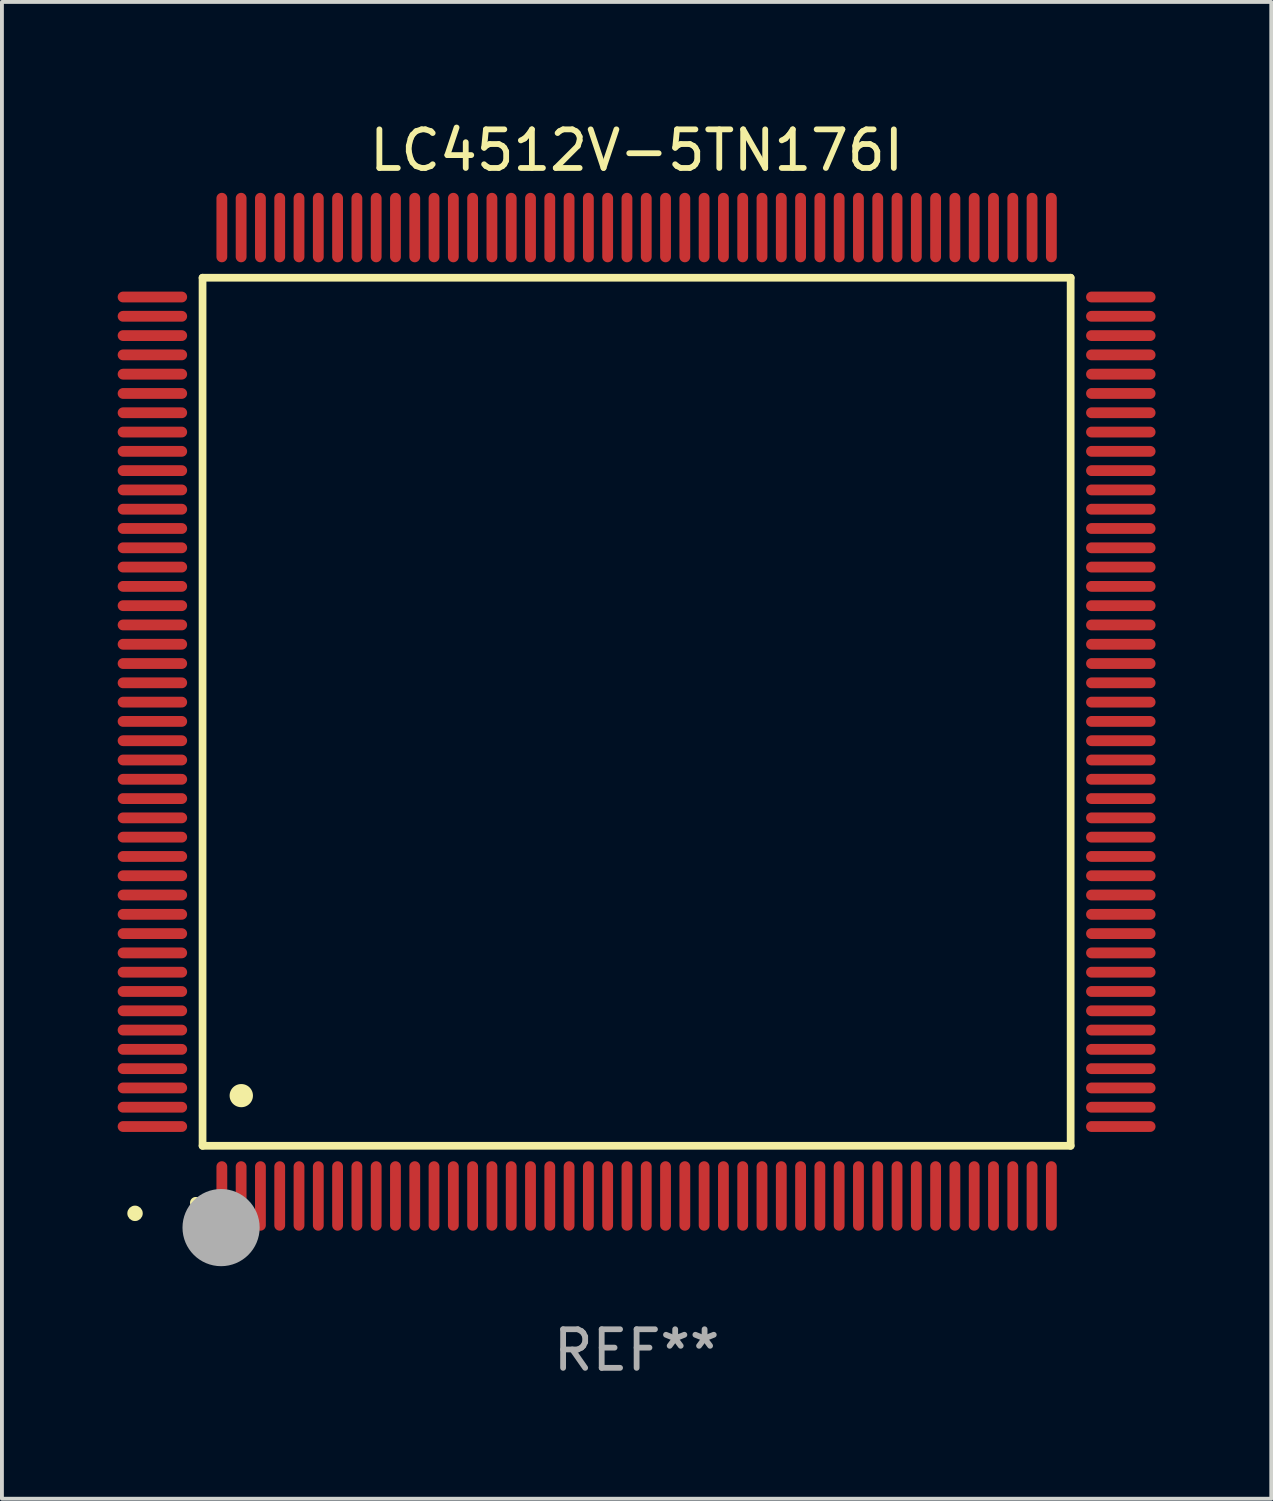
<source format=kicad_pcb>
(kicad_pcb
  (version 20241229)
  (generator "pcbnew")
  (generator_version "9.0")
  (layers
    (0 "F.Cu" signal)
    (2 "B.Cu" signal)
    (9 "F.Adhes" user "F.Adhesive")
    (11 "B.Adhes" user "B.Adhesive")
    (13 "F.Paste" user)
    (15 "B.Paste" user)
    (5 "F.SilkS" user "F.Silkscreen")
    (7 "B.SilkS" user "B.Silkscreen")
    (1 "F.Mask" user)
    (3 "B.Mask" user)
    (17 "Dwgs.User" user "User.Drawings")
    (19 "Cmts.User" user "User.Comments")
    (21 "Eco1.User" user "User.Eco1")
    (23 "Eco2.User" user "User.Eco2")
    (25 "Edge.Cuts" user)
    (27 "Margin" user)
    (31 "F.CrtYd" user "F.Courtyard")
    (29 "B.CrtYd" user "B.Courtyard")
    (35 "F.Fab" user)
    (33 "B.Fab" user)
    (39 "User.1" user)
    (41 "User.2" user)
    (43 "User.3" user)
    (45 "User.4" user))
  (footprint "LC4512V-5TN176I"
    (layer "F.Cu")
    (at 13.45 15.398)
    (property "Reference" "LC4512V-5TN176I" (at 0 -14.55 0) (layer "F.SilkS") (effects (font (size 1 1) (thickness 0.15))))
    (attr through_hole)
    (fp_line (start -11.25 -11.25) (end 11.25 -11.25) (stroke (width 0.2) (type solid)) (layer "F.SilkS"))
    (fp_line (start -11.25 11.25) (end -11.25 -11.25) (stroke (width 0.2) (type solid)) (layer "F.SilkS"))
    (fp_line (start 11.25 -11.25) (end 11.25 11.25) (stroke (width 0.2) (type solid)) (layer "F.SilkS"))
    (fp_line (start 11.25 11.25) (end -11.25 11.25) (stroke (width 0.2) (type solid)) (layer "F.SilkS"))
    (fp_arc (start -11.424943 12.725425) (mid -11.423673 12.72542) (end -11.422403 12.725425) (stroke (width 0.3) (type solid)) (layer "F.SilkS"))
    (fp_arc (start -10.24892 9.9492) (mid -10.24638 9.949189) (end -10.24384 9.9492) (stroke (width 0.6) (type solid)) (layer "F.SilkS"))
    (fp_circle (center -13 13) (end -12.9 13) (stroke (width 0.2) (type solid)) (fill no) (layer "F.SilkS"))
    (fp_circle (center -10.77 13.37) (end -10.27 13.37) (stroke (width 1) (type solid)) (fill no) (layer "F.Fab"))
    (fp_text user "REF**" (at 0 16.55 0) (layer "F.Fab") (effects (font (size 1 1) (thickness 0.15))))
    (pad "1" smd oval (at -10.75 12.55) (size 0.28 1.8) (layers "F.Cu" "F.Mask" "F.Paste"))
    (pad "2" smd oval (at -10.25 12.55) (size 0.28 1.8) (layers "F.Cu" "F.Mask" "F.Paste"))
    (pad "3" smd oval (at -9.75 12.55) (size 0.28 1.8) (layers "F.Cu" "F.Mask" "F.Paste"))
    (pad "4" smd oval (at -9.25 12.55) (size 0.28 1.8) (layers "F.Cu" "F.Mask" "F.Paste"))
    (pad "5" smd oval (at -8.75 12.55) (size 0.28 1.8) (layers "F.Cu" "F.Mask" "F.Paste"))
    (pad "6" smd oval (at -8.25 12.55) (size 0.28 1.8) (layers "F.Cu" "F.Mask" "F.Paste"))
    (pad "7" smd oval (at -7.75 12.55) (size 0.28 1.8) (layers "F.Cu" "F.Mask" "F.Paste"))
    (pad "8" smd oval (at -7.25 12.55) (size 0.28 1.8) (layers "F.Cu" "F.Mask" "F.Paste"))
    (pad "9" smd oval (at -6.75 12.55) (size 0.28 1.8) (layers "F.Cu" "F.Mask" "F.Paste"))
    (pad "10" smd oval (at -6.25 12.55) (size 0.28 1.8) (layers "F.Cu" "F.Mask" "F.Paste"))
    (pad "11" smd oval (at -5.75 12.55) (size 0.28 1.8) (layers "F.Cu" "F.Mask" "F.Paste"))
    (pad "12" smd oval (at -5.25 12.55) (size 0.28 1.8) (layers "F.Cu" "F.Mask" "F.Paste"))
    (pad "13" smd oval (at -4.75 12.55) (size 0.28 1.8) (layers "F.Cu" "F.Mask" "F.Paste"))
    (pad "14" smd oval (at -4.25 12.55) (size 0.28 1.8) (layers "F.Cu" "F.Mask" "F.Paste"))
    (pad "15" smd oval (at -3.75 12.55) (size 0.28 1.8) (layers "F.Cu" "F.Mask" "F.Paste"))
    (pad "16" smd oval (at -3.25 12.55) (size 0.28 1.8) (layers "F.Cu" "F.Mask" "F.Paste"))
    (pad "17" smd oval (at -2.75 12.55) (size 0.28 1.8) (layers "F.Cu" "F.Mask" "F.Paste"))
    (pad "18" smd oval (at -2.25 12.55) (size 0.28 1.8) (layers "F.Cu" "F.Mask" "F.Paste"))
    (pad "19" smd oval (at -1.75 12.55) (size 0.28 1.8) (layers "F.Cu" "F.Mask" "F.Paste"))
    (pad "20" smd oval (at -1.25 12.55) (size 0.28 1.8) (layers "F.Cu" "F.Mask" "F.Paste"))
    (pad "21" smd oval (at -0.75 12.55) (size 0.28 1.8) (layers "F.Cu" "F.Mask" "F.Paste"))
    (pad "22" smd oval (at -0.25 12.55) (size 0.28 1.8) (layers "F.Cu" "F.Mask" "F.Paste"))
    (pad "23" smd oval (at 0.25 12.55) (size 0.28 1.8) (layers "F.Cu" "F.Mask" "F.Paste"))
    (pad "24" smd oval (at 0.75 12.55) (size 0.28 1.8) (layers "F.Cu" "F.Mask" "F.Paste"))
    (pad "25" smd oval (at 1.25 12.55) (size 0.28 1.8) (layers "F.Cu" "F.Mask" "F.Paste"))
    (pad "26" smd oval (at 1.75 12.55) (size 0.28 1.8) (layers "F.Cu" "F.Mask" "F.Paste"))
    (pad "27" smd oval (at 2.25 12.55) (size 0.28 1.8) (layers "F.Cu" "F.Mask" "F.Paste"))
    (pad "28" smd oval (at 2.75 12.55) (size 0.28 1.8) (layers "F.Cu" "F.Mask" "F.Paste"))
    (pad "29" smd oval (at 3.25 12.55) (size 0.28 1.8) (layers "F.Cu" "F.Mask" "F.Paste"))
    (pad "30" smd oval (at 3.75 12.55) (size 0.28 1.8) (layers "F.Cu" "F.Mask" "F.Paste"))
    (pad "31" smd oval (at 4.25 12.55) (size 0.28 1.8) (layers "F.Cu" "F.Mask" "F.Paste"))
    (pad "32" smd oval (at 4.75 12.55) (size 0.28 1.8) (layers "F.Cu" "F.Mask" "F.Paste"))
    (pad "33" smd oval (at 5.25 12.55) (size 0.28 1.8) (layers "F.Cu" "F.Mask" "F.Paste"))
    (pad "34" smd oval (at 5.75 12.55) (size 0.28 1.8) (layers "F.Cu" "F.Mask" "F.Paste"))
    (pad "35" smd oval (at 6.25 12.55) (size 0.28 1.8) (layers "F.Cu" "F.Mask" "F.Paste"))
    (pad "36" smd oval (at 6.75 12.55) (size 0.28 1.8) (layers "F.Cu" "F.Mask" "F.Paste"))
    (pad "37" smd oval (at 7.25 12.55) (size 0.28 1.8) (layers "F.Cu" "F.Mask" "F.Paste"))
    (pad "38" smd oval (at 7.75 12.55) (size 0.28 1.8) (layers "F.Cu" "F.Mask" "F.Paste"))
    (pad "39" smd oval (at 8.25 12.55) (size 0.28 1.8) (layers "F.Cu" "F.Mask" "F.Paste"))
    (pad "40" smd oval (at 8.75 12.55) (size 0.28 1.8) (layers "F.Cu" "F.Mask" "F.Paste"))
    (pad "41" smd oval (at 9.25 12.55) (size 0.28 1.8) (layers "F.Cu" "F.Mask" "F.Paste"))
    (pad "42" smd oval (at 9.75 12.55) (size 0.28 1.8) (layers "F.Cu" "F.Mask" "F.Paste"))
    (pad "43" smd oval (at 10.25 12.55) (size 0.28 1.8) (layers "F.Cu" "F.Mask" "F.Paste"))
    (pad "44" smd oval (at 10.75 12.55) (size 0.28 1.8) (layers "F.Cu" "F.Mask" "F.Paste"))
    (pad "45" smd oval (at 12.55 10.75) (size 1.8 0.28) (layers "F.Cu" "F.Mask" "F.Paste"))
    (pad "46" smd oval (at 12.55 10.25) (size 1.8 0.28) (layers "F.Cu" "F.Mask" "F.Paste"))
    (pad "47" smd oval (at 12.55 9.75) (size 1.8 0.28) (layers "F.Cu" "F.Mask" "F.Paste"))
    (pad "48" smd oval (at 12.55 9.25) (size 1.8 0.28) (layers "F.Cu" "F.Mask" "F.Paste"))
    (pad "49" smd oval (at 12.55 8.75) (size 1.8 0.28) (layers "F.Cu" "F.Mask" "F.Paste"))
    (pad "50" smd oval (at 12.55 8.25) (size 1.8 0.28) (layers "F.Cu" "F.Mask" "F.Paste"))
    (pad "51" smd oval (at 12.55 7.75) (size 1.8 0.28) (layers "F.Cu" "F.Mask" "F.Paste"))
    (pad "52" smd oval (at 12.55 7.25) (size 1.8 0.28) (layers "F.Cu" "F.Mask" "F.Paste"))
    (pad "53" smd oval (at 12.55 6.75) (size 1.8 0.28) (layers "F.Cu" "F.Mask" "F.Paste"))
    (pad "54" smd oval (at 12.55 6.25) (size 1.8 0.28) (layers "F.Cu" "F.Mask" "F.Paste"))
    (pad "55" smd oval (at 12.55 5.75) (size 1.8 0.28) (layers "F.Cu" "F.Mask" "F.Paste"))
    (pad "56" smd oval (at 12.55 5.25) (size 1.8 0.28) (layers "F.Cu" "F.Mask" "F.Paste"))
    (pad "57" smd oval (at 12.55 4.75) (size 1.8 0.28) (layers "F.Cu" "F.Mask" "F.Paste"))
    (pad "58" smd oval (at 12.55 4.25) (size 1.8 0.28) (layers "F.Cu" "F.Mask" "F.Paste"))
    (pad "59" smd oval (at 12.55 3.75) (size 1.8 0.28) (layers "F.Cu" "F.Mask" "F.Paste"))
    (pad "60" smd oval (at 12.55 3.25) (size 1.8 0.28) (layers "F.Cu" "F.Mask" "F.Paste"))
    (pad "61" smd oval (at 12.55 2.75) (size 1.8 0.28) (layers "F.Cu" "F.Mask" "F.Paste"))
    (pad "62" smd oval (at 12.55 2.25) (size 1.8 0.28) (layers "F.Cu" "F.Mask" "F.Paste"))
    (pad "63" smd oval (at 12.55 1.75) (size 1.8 0.28) (layers "F.Cu" "F.Mask" "F.Paste"))
    (pad "64" smd oval (at 12.55 1.25) (size 1.8 0.28) (layers "F.Cu" "F.Mask" "F.Paste"))
    (pad "65" smd oval (at 12.55 0.75) (size 1.8 0.28) (layers "F.Cu" "F.Mask" "F.Paste"))
    (pad "66" smd oval (at 12.55 0.25) (size 1.8 0.28) (layers "F.Cu" "F.Mask" "F.Paste"))
    (pad "67" smd oval (at 12.55 -0.25) (size 1.8 0.28) (layers "F.Cu" "F.Mask" "F.Paste"))
    (pad "68" smd oval (at 12.55 -0.75) (size 1.8 0.28) (layers "F.Cu" "F.Mask" "F.Paste"))
    (pad "69" smd oval (at 12.55 -1.25) (size 1.8 0.28) (layers "F.Cu" "F.Mask" "F.Paste"))
    (pad "70" smd oval (at 12.55 -1.75) (size 1.8 0.28) (layers "F.Cu" "F.Mask" "F.Paste"))
    (pad "71" smd oval (at 12.55 -2.25) (size 1.8 0.28) (layers "F.Cu" "F.Mask" "F.Paste"))
    (pad "72" smd oval (at 12.55 -2.75) (size 1.8 0.28) (layers "F.Cu" "F.Mask" "F.Paste"))
    (pad "73" smd oval (at 12.55 -3.25) (size 1.8 0.28) (layers "F.Cu" "F.Mask" "F.Paste"))
    (pad "74" smd oval (at 12.55 -3.75) (size 1.8 0.28) (layers "F.Cu" "F.Mask" "F.Paste"))
    (pad "75" smd oval (at 12.55 -4.25) (size 1.8 0.28) (layers "F.Cu" "F.Mask" "F.Paste"))
    (pad "76" smd oval (at 12.55 -4.75) (size 1.8 0.28) (layers "F.Cu" "F.Mask" "F.Paste"))
    (pad "77" smd oval (at 12.55 -5.25) (size 1.8 0.28) (layers "F.Cu" "F.Mask" "F.Paste"))
    (pad "78" smd oval (at 12.55 -5.75) (size 1.8 0.28) (layers "F.Cu" "F.Mask" "F.Paste"))
    (pad "79" smd oval (at 12.55 -6.25) (size 1.8 0.28) (layers "F.Cu" "F.Mask" "F.Paste"))
    (pad "80" smd oval (at 12.55 -6.75) (size 1.8 0.28) (layers "F.Cu" "F.Mask" "F.Paste"))
    (pad "81" smd oval (at 12.55 -7.25) (size 1.8 0.28) (layers "F.Cu" "F.Mask" "F.Paste"))
    (pad "82" smd oval (at 12.55 -7.75) (size 1.8 0.28) (layers "F.Cu" "F.Mask" "F.Paste"))
    (pad "83" smd oval (at 12.55 -8.25) (size 1.8 0.28) (layers "F.Cu" "F.Mask" "F.Paste"))
    (pad "84" smd oval (at 12.55 -8.75) (size 1.8 0.28) (layers "F.Cu" "F.Mask" "F.Paste"))
    (pad "85" smd oval (at 12.55 -9.25) (size 1.8 0.28) (layers "F.Cu" "F.Mask" "F.Paste"))
    (pad "86" smd oval (at 12.55 -9.75) (size 1.8 0.28) (layers "F.Cu" "F.Mask" "F.Paste"))
    (pad "87" smd oval (at 12.55 -10.25) (size 1.8 0.28) (layers "F.Cu" "F.Mask" "F.Paste"))
    (pad "88" smd oval (at 12.55 -10.75) (size 1.8 0.28) (layers "F.Cu" "F.Mask" "F.Paste"))
    (pad "89" smd oval (at 10.75 -12.55) (size 0.28 1.8) (layers "F.Cu" "F.Mask" "F.Paste"))
    (pad "90" smd oval (at 10.25 -12.55) (size 0.28 1.8) (layers "F.Cu" "F.Mask" "F.Paste"))
    (pad "91" smd oval (at 9.75 -12.55) (size 0.28 1.8) (layers "F.Cu" "F.Mask" "F.Paste"))
    (pad "92" smd oval (at 9.25 -12.55) (size 0.28 1.8) (layers "F.Cu" "F.Mask" "F.Paste"))
    (pad "93" smd oval (at 8.75 -12.55) (size 0.28 1.8) (layers "F.Cu" "F.Mask" "F.Paste"))
    (pad "94" smd oval (at 8.25 -12.55) (size 0.28 1.8) (layers "F.Cu" "F.Mask" "F.Paste"))
    (pad "95" smd oval (at 7.75 -12.55) (size 0.28 1.8) (layers "F.Cu" "F.Mask" "F.Paste"))
    (pad "96" smd oval (at 7.25 -12.55) (size 0.28 1.8) (layers "F.Cu" "F.Mask" "F.Paste"))
    (pad "97" smd oval (at 6.75 -12.55) (size 0.28 1.8) (layers "F.Cu" "F.Mask" "F.Paste"))
    (pad "98" smd oval (at 6.25 -12.55) (size 0.28 1.8) (layers "F.Cu" "F.Mask" "F.Paste"))
    (pad "99" smd oval (at 5.75 -12.55) (size 0.28 1.8) (layers "F.Cu" "F.Mask" "F.Paste"))
    (pad "100" smd oval (at 5.25 -12.55) (size 0.28 1.8) (layers "F.Cu" "F.Mask" "F.Paste"))
    (pad "101" smd oval (at 4.75 -12.55) (size 0.28 1.8) (layers "F.Cu" "F.Mask" "F.Paste"))
    (pad "102" smd oval (at 4.25 -12.55) (size 0.28 1.8) (layers "F.Cu" "F.Mask" "F.Paste"))
    (pad "103" smd oval (at 3.75 -12.55) (size 0.28 1.8) (layers "F.Cu" "F.Mask" "F.Paste"))
    (pad "104" smd oval (at 3.25 -12.55) (size 0.28 1.8) (layers "F.Cu" "F.Mask" "F.Paste"))
    (pad "105" smd oval (at 2.75 -12.55) (size 0.28 1.8) (layers "F.Cu" "F.Mask" "F.Paste"))
    (pad "106" smd oval (at 2.25 -12.55) (size 0.28 1.8) (layers "F.Cu" "F.Mask" "F.Paste"))
    (pad "107" smd oval (at 1.75 -12.55) (size 0.28 1.8) (layers "F.Cu" "F.Mask" "F.Paste"))
    (pad "108" smd oval (at 1.25 -12.55) (size 0.28 1.8) (layers "F.Cu" "F.Mask" "F.Paste"))
    (pad "109" smd oval (at 0.75 -12.55) (size 0.28 1.8) (layers "F.Cu" "F.Mask" "F.Paste"))
    (pad "110" smd oval (at 0.25 -12.55) (size 0.28 1.8) (layers "F.Cu" "F.Mask" "F.Paste"))
    (pad "111" smd oval (at -0.25 -12.55) (size 0.28 1.8) (layers "F.Cu" "F.Mask" "F.Paste"))
    (pad "112" smd oval (at -0.75 -12.55) (size 0.28 1.8) (layers "F.Cu" "F.Mask" "F.Paste"))
    (pad "113" smd oval (at -1.25 -12.55) (size 0.28 1.8) (layers "F.Cu" "F.Mask" "F.Paste"))
    (pad "114" smd oval (at -1.75 -12.55) (size 0.28 1.8) (layers "F.Cu" "F.Mask" "F.Paste"))
    (pad "115" smd oval (at -2.25 -12.55) (size 0.28 1.8) (layers "F.Cu" "F.Mask" "F.Paste"))
    (pad "116" smd oval (at -2.75 -12.55) (size 0.28 1.8) (layers "F.Cu" "F.Mask" "F.Paste"))
    (pad "117" smd oval (at -3.25 -12.55) (size 0.28 1.8) (layers "F.Cu" "F.Mask" "F.Paste"))
    (pad "118" smd oval (at -3.75 -12.55) (size 0.28 1.8) (layers "F.Cu" "F.Mask" "F.Paste"))
    (pad "119" smd oval (at -4.25 -12.55) (size 0.28 1.8) (layers "F.Cu" "F.Mask" "F.Paste"))
    (pad "120" smd oval (at -4.75 -12.55) (size 0.28 1.8) (layers "F.Cu" "F.Mask" "F.Paste"))
    (pad "121" smd oval (at -5.25 -12.55) (size 0.28 1.8) (layers "F.Cu" "F.Mask" "F.Paste"))
    (pad "122" smd oval (at -5.75 -12.55) (size 0.28 1.8) (layers "F.Cu" "F.Mask" "F.Paste"))
    (pad "123" smd oval (at -6.25 -12.55) (size 0.28 1.8) (layers "F.Cu" "F.Mask" "F.Paste"))
    (pad "124" smd oval (at -6.75 -12.55) (size 0.28 1.8) (layers "F.Cu" "F.Mask" "F.Paste"))
    (pad "125" smd oval (at -7.25 -12.55) (size 0.28 1.8) (layers "F.Cu" "F.Mask" "F.Paste"))
    (pad "126" smd oval (at -7.75 -12.55) (size 0.28 1.8) (layers "F.Cu" "F.Mask" "F.Paste"))
    (pad "127" smd oval (at -8.25 -12.55) (size 0.28 1.8) (layers "F.Cu" "F.Mask" "F.Paste"))
    (pad "128" smd oval (at -8.75 -12.55) (size 0.28 1.8) (layers "F.Cu" "F.Mask" "F.Paste"))
    (pad "129" smd oval (at -9.25 -12.55) (size 0.28 1.8) (layers "F.Cu" "F.Mask" "F.Paste"))
    (pad "130" smd oval (at -9.75 -12.55) (size 0.28 1.8) (layers "F.Cu" "F.Mask" "F.Paste"))
    (pad "131" smd oval (at -10.25 -12.55) (size 0.28 1.8) (layers "F.Cu" "F.Mask" "F.Paste"))
    (pad "132" smd oval (at -10.75 -12.55) (size 0.28 1.8) (layers "F.Cu" "F.Mask" "F.Paste"))
    (pad "133" smd oval (at -12.55 -10.75) (size 1.8 0.28) (layers "F.Cu" "F.Mask" "F.Paste"))
    (pad "134" smd oval (at -12.55 -10.25) (size 1.8 0.28) (layers "F.Cu" "F.Mask" "F.Paste"))
    (pad "135" smd oval (at -12.55 -9.75) (size 1.8 0.28) (layers "F.Cu" "F.Mask" "F.Paste"))
    (pad "136" smd oval (at -12.55 -9.25) (size 1.8 0.28) (layers "F.Cu" "F.Mask" "F.Paste"))
    (pad "137" smd oval (at -12.55 -8.75) (size 1.8 0.28) (layers "F.Cu" "F.Mask" "F.Paste"))
    (pad "138" smd oval (at -12.55 -8.25) (size 1.8 0.28) (layers "F.Cu" "F.Mask" "F.Paste"))
    (pad "139" smd oval (at -12.55 -7.75) (size 1.8 0.28) (layers "F.Cu" "F.Mask" "F.Paste"))
    (pad "140" smd oval (at -12.55 -7.25) (size 1.8 0.28) (layers "F.Cu" "F.Mask" "F.Paste"))
    (pad "141" smd oval (at -12.55 -6.75) (size 1.8 0.28) (layers "F.Cu" "F.Mask" "F.Paste"))
    (pad "142" smd oval (at -12.55 -6.25) (size 1.8 0.28) (layers "F.Cu" "F.Mask" "F.Paste"))
    (pad "143" smd oval (at -12.55 -5.75) (size 1.8 0.28) (layers "F.Cu" "F.Mask" "F.Paste"))
    (pad "144" smd oval (at -12.55 -5.25) (size 1.8 0.28) (layers "F.Cu" "F.Mask" "F.Paste"))
    (pad "145" smd oval (at -12.55 -4.75) (size 1.8 0.28) (layers "F.Cu" "F.Mask" "F.Paste"))
    (pad "146" smd oval (at -12.55 -4.25) (size 1.8 0.28) (layers "F.Cu" "F.Mask" "F.Paste"))
    (pad "147" smd oval (at -12.55 -3.75) (size 1.8 0.28) (layers "F.Cu" "F.Mask" "F.Paste"))
    (pad "148" smd oval (at -12.55 -3.25) (size 1.8 0.28) (layers "F.Cu" "F.Mask" "F.Paste"))
    (pad "149" smd oval (at -12.55 -2.75) (size 1.8 0.28) (layers "F.Cu" "F.Mask" "F.Paste"))
    (pad "150" smd oval (at -12.55 -2.25) (size 1.8 0.28) (layers "F.Cu" "F.Mask" "F.Paste"))
    (pad "151" smd oval (at -12.55 -1.75) (size 1.8 0.28) (layers "F.Cu" "F.Mask" "F.Paste"))
    (pad "152" smd oval (at -12.55 -1.25) (size 1.8 0.28) (layers "F.Cu" "F.Mask" "F.Paste"))
    (pad "153" smd oval (at -12.55 -0.75) (size 1.8 0.28) (layers "F.Cu" "F.Mask" "F.Paste"))
    (pad "154" smd oval (at -12.55 -0.25) (size 1.8 0.28) (layers "F.Cu" "F.Mask" "F.Paste"))
    (pad "155" smd oval (at -12.55 0.25) (size 1.8 0.28) (layers "F.Cu" "F.Mask" "F.Paste"))
    (pad "156" smd oval (at -12.55 0.75) (size 1.8 0.28) (layers "F.Cu" "F.Mask" "F.Paste"))
    (pad "157" smd oval (at -12.55 1.25) (size 1.8 0.28) (layers "F.Cu" "F.Mask" "F.Paste"))
    (pad "158" smd oval (at -12.55 1.75) (size 1.8 0.28) (layers "F.Cu" "F.Mask" "F.Paste"))
    (pad "159" smd oval (at -12.55 2.25) (size 1.8 0.28) (layers "F.Cu" "F.Mask" "F.Paste"))
    (pad "160" smd oval (at -12.55 2.75) (size 1.8 0.28) (layers "F.Cu" "F.Mask" "F.Paste"))
    (pad "161" smd oval (at -12.55 3.25) (size 1.8 0.28) (layers "F.Cu" "F.Mask" "F.Paste"))
    (pad "162" smd oval (at -12.55 3.75) (size 1.8 0.28) (layers "F.Cu" "F.Mask" "F.Paste"))
    (pad "163" smd oval (at -12.55 4.25) (size 1.8 0.28) (layers "F.Cu" "F.Mask" "F.Paste"))
    (pad "164" smd oval (at -12.55 4.75) (size 1.8 0.28) (layers "F.Cu" "F.Mask" "F.Paste"))
    (pad "165" smd oval (at -12.55 5.25) (size 1.8 0.28) (layers "F.Cu" "F.Mask" "F.Paste"))
    (pad "166" smd oval (at -12.55 5.75) (size 1.8 0.28) (layers "F.Cu" "F.Mask" "F.Paste"))
    (pad "167" smd oval (at -12.55 6.25) (size 1.8 0.28) (layers "F.Cu" "F.Mask" "F.Paste"))
    (pad "168" smd oval (at -12.55 6.75) (size 1.8 0.28) (layers "F.Cu" "F.Mask" "F.Paste"))
    (pad "169" smd oval (at -12.55 7.25) (size 1.8 0.28) (layers "F.Cu" "F.Mask" "F.Paste"))
    (pad "170" smd oval (at -12.55 7.75) (size 1.8 0.28) (layers "F.Cu" "F.Mask" "F.Paste"))
    (pad "171" smd oval (at -12.55 8.25) (size 1.8 0.28) (layers "F.Cu" "F.Mask" "F.Paste"))
    (pad "172" smd oval (at -12.55 8.75) (size 1.8 0.28) (layers "F.Cu" "F.Mask" "F.Paste"))
    (pad "173" smd oval (at -12.55 9.25) (size 1.8 0.28) (layers "F.Cu" "F.Mask" "F.Paste"))
    (pad "174" smd oval (at -12.55 9.75) (size 1.8 0.28) (layers "F.Cu" "F.Mask" "F.Paste"))
    (pad "175" smd oval (at -12.55 10.25) (size 1.8 0.28) (layers "F.Cu" "F.Mask" "F.Paste"))
    (pad "176" smd oval (at -12.55 10.75) (size 1.8 0.28) (layers "F.Cu" "F.Mask" "F.Paste")))
  (gr_rect
    (start -3 -3)
    (end 29.9 35.796)
    (stroke (width 0.1) (type default))
    (fill no)
    (layer "Edge.Cuts")))
</source>
